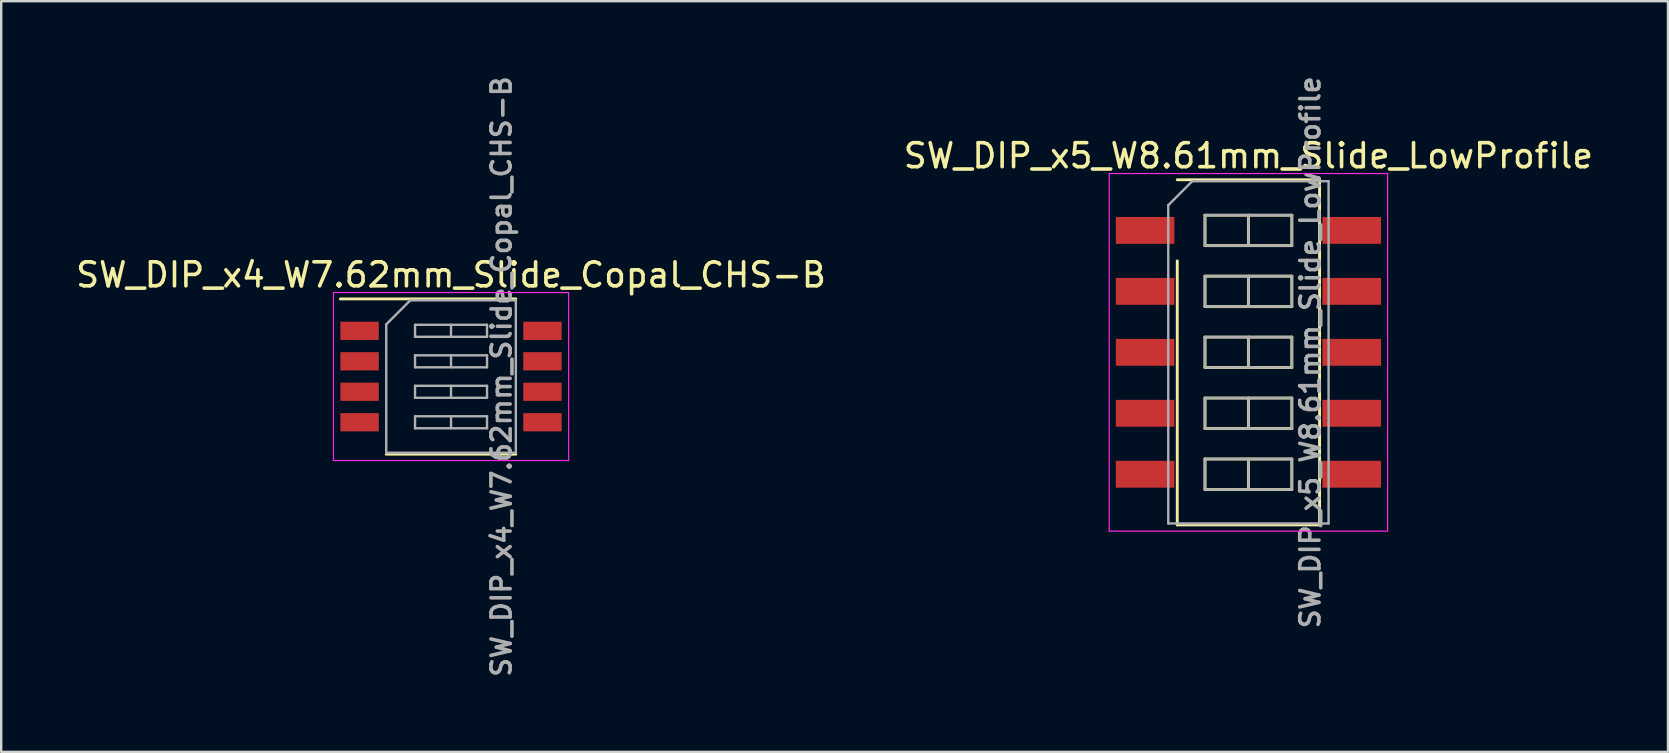
<source format=kicad_pcb>
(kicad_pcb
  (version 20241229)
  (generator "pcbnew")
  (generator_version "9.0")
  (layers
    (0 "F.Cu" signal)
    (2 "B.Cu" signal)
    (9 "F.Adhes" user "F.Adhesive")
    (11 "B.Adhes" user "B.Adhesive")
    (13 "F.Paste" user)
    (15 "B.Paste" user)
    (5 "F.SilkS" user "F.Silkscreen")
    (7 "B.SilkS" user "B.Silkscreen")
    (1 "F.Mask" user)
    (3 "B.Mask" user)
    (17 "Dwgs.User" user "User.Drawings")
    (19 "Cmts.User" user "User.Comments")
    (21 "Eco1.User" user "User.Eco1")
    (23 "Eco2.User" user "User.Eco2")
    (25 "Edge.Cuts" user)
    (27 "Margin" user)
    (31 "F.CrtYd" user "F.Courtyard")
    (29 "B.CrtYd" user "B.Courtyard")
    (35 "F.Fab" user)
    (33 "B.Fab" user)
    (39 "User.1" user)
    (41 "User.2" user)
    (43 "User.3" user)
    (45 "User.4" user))
  (footprint "SW_DIP_x5_W8.61mm_Slide_LowProfile"
    (layer "F.Cu")
    (at 48.97 11.631)
    (property "Reference" "SW_DIP_x5_W8.61mm_Slide_LowProfile" (at 0 -8.19 0) (layer "F.SilkS") (effects (font (size 1 1) (thickness 0.15))))
    (attr smd)
    (fp_line (start -2.965 -7.19) (end 2.965 -7.19) (stroke (width 0.12) (type solid)) (layer "F.SilkS"))
    (fp_line (start -2.965 7.19) (end -2.965 -3.81) (stroke (width 0.12) (type solid)) (layer "F.SilkS"))
    (fp_line (start -1.81 -5.715) (end -1.81 -4.445) (stroke (width 0.12) (type solid)) (layer "F.SilkS"))
    (fp_line (start -1.81 -4.445) (end 1.81 -4.445) (stroke (width 0.12) (type solid)) (layer "F.SilkS"))
    (fp_line (start -1.81 -3.175) (end -1.81 -1.905) (stroke (width 0.12) (type solid)) (layer "F.SilkS"))
    (fp_line (start -1.81 -1.905) (end 1.81 -1.905) (stroke (width 0.12) (type solid)) (layer "F.SilkS"))
    (fp_line (start -1.81 -0.635) (end -1.81 0.635) (stroke (width 0.12) (type solid)) (layer "F.SilkS"))
    (fp_line (start -1.81 0.635) (end 1.81 0.635) (stroke (width 0.12) (type solid)) (layer "F.SilkS"))
    (fp_line (start -1.81 1.905) (end -1.81 3.175) (stroke (width 0.12) (type solid)) (layer "F.SilkS"))
    (fp_line (start -1.81 3.175) (end 1.81 3.175) (stroke (width 0.12) (type solid)) (layer "F.SilkS"))
    (fp_line (start -1.81 4.445) (end -1.81 5.715) (stroke (width 0.12) (type solid)) (layer "F.SilkS"))
    (fp_line (start -1.81 5.715) (end 1.81 5.715) (stroke (width 0.12) (type solid)) (layer "F.SilkS"))
    (fp_line (start 0 -5.715) (end 0 -4.445) (stroke (width 0.12) (type solid)) (layer "F.SilkS"))
    (fp_line (start 0 -3.175) (end 0 -1.905) (stroke (width 0.12) (type solid)) (layer "F.SilkS"))
    (fp_line (start 0 -0.635) (end 0 0.635) (stroke (width 0.12) (type solid)) (layer "F.SilkS"))
    (fp_line (start 0 1.905) (end 0 3.175) (stroke (width 0.12) (type solid)) (layer "F.SilkS"))
    (fp_line (start 0 4.445) (end 0 5.715) (stroke (width 0.12) (type solid)) (layer "F.SilkS"))
    (fp_line (start 1.81 -5.715) (end -1.81 -5.715) (stroke (width 0.12) (type solid)) (layer "F.SilkS"))
    (fp_line (start 1.81 -4.445) (end 1.81 -5.715) (stroke (width 0.12) (type solid)) (layer "F.SilkS"))
    (fp_line (start 1.81 -3.175) (end -1.81 -3.175) (stroke (width 0.12) (type solid)) (layer "F.SilkS"))
    (fp_line (start 1.81 -1.905) (end 1.81 -3.175) (stroke (width 0.12) (type solid)) (layer "F.SilkS"))
    (fp_line (start 1.81 -0.635) (end -1.81 -0.635) (stroke (width 0.12) (type solid)) (layer "F.SilkS"))
    (fp_line (start 1.81 0.635) (end 1.81 -0.635) (stroke (width 0.12) (type solid)) (layer "F.SilkS"))
    (fp_line (start 1.81 1.905) (end -1.81 1.905) (stroke (width 0.12) (type solid)) (layer "F.SilkS"))
    (fp_line (start 1.81 3.175) (end 1.81 1.905) (stroke (width 0.12) (type solid)) (layer "F.SilkS"))
    (fp_line (start 1.81 4.445) (end -1.81 4.445) (stroke (width 0.12) (type solid)) (layer "F.SilkS"))
    (fp_line (start 1.81 5.715) (end 1.81 4.445) (stroke (width 0.12) (type solid)) (layer "F.SilkS"))
    (fp_line (start 2.965 -7.19) (end 2.965 7.19) (stroke (width 0.12) (type solid)) (layer "F.SilkS"))
    (fp_line (start 2.965 7.19) (end -2.965 7.19) (stroke (width 0.12) (type solid)) (layer "F.SilkS"))
    (fp_line (start -5.8 -7.45) (end -5.8 7.45) (stroke (width 0.05) (type solid)) (layer "F.CrtYd"))
    (fp_line (start -5.8 7.45) (end 5.8 7.45) (stroke (width 0.05) (type solid)) (layer "F.CrtYd"))
    (fp_line (start 5.8 -7.45) (end -5.8 -7.45) (stroke (width 0.05) (type solid)) (layer "F.CrtYd"))
    (fp_line (start 5.8 7.45) (end 5.8 -7.45) (stroke (width 0.05) (type solid)) (layer "F.CrtYd"))
    (fp_line (start -3.34 -6.13) (end -2.34 -7.13) (stroke (width 0.1) (type solid)) (layer "F.Fab"))
    (fp_line (start -3.34 7.13) (end -3.34 -6.13) (stroke (width 0.1) (type solid)) (layer "F.Fab"))
    (fp_line (start -2.34 -7.13) (end 3.34 -7.13) (stroke (width 0.1) (type solid)) (layer "F.Fab"))
    (fp_line (start -1.81 -5.715) (end -1.81 -4.445) (stroke (width 0.1) (type solid)) (layer "F.Fab"))
    (fp_line (start -1.81 -4.445) (end 1.81 -4.445) (stroke (width 0.1) (type solid)) (layer "F.Fab"))
    (fp_line (start -1.81 -3.175) (end -1.81 -1.905) (stroke (width 0.1) (type solid)) (layer "F.Fab"))
    (fp_line (start -1.81 -1.905) (end 1.81 -1.905) (stroke (width 0.1) (type solid)) (layer "F.Fab"))
    (fp_line (start -1.81 -0.635) (end -1.81 0.635) (stroke (width 0.1) (type solid)) (layer "F.Fab"))
    (fp_line (start -1.81 0.635) (end 1.81 0.635) (stroke (width 0.1) (type solid)) (layer "F.Fab"))
    (fp_line (start -1.81 1.905) (end -1.81 3.175) (stroke (width 0.1) (type solid)) (layer "F.Fab"))
    (fp_line (start -1.81 3.175) (end 1.81 3.175) (stroke (width 0.1) (type solid)) (layer "F.Fab"))
    (fp_line (start -1.81 4.445) (end -1.81 5.715) (stroke (width 0.1) (type solid)) (layer "F.Fab"))
    (fp_line (start -1.81 5.715) (end 1.81 5.715) (stroke (width 0.1) (type solid)) (layer "F.Fab"))
    (fp_line (start 0 -5.715) (end 0 -4.445) (stroke (width 0.1) (type solid)) (layer "F.Fab"))
    (fp_line (start 0 -3.175) (end 0 -1.905) (stroke (width 0.1) (type solid)) (layer "F.Fab"))
    (fp_line (start 0 -0.635) (end 0 0.635) (stroke (width 0.1) (type solid)) (layer "F.Fab"))
    (fp_line (start 0 1.905) (end 0 3.175) (stroke (width 0.1) (type solid)) (layer "F.Fab"))
    (fp_line (start 0 4.445) (end 0 5.715) (stroke (width 0.1) (type solid)) (layer "F.Fab"))
    (fp_line (start 1.81 -5.715) (end -1.81 -5.715) (stroke (width 0.1) (type solid)) (layer "F.Fab"))
    (fp_line (start 1.81 -4.445) (end 1.81 -5.715) (stroke (width 0.1) (type solid)) (layer "F.Fab"))
    (fp_line (start 1.81 -3.175) (end -1.81 -3.175) (stroke (width 0.1) (type solid)) (layer "F.Fab"))
    (fp_line (start 1.81 -1.905) (end 1.81 -3.175) (stroke (width 0.1) (type solid)) (layer "F.Fab"))
    (fp_line (start 1.81 -0.635) (end -1.81 -0.635) (stroke (width 0.1) (type solid)) (layer "F.Fab"))
    (fp_line (start 1.81 0.635) (end 1.81 -0.635) (stroke (width 0.1) (type solid)) (layer "F.Fab"))
    (fp_line (start 1.81 1.905) (end -1.81 1.905) (stroke (width 0.1) (type solid)) (layer "F.Fab"))
    (fp_line (start 1.81 3.175) (end 1.81 1.905) (stroke (width 0.1) (type solid)) (layer "F.Fab"))
    (fp_line (start 1.81 4.445) (end -1.81 4.445) (stroke (width 0.1) (type solid)) (layer "F.Fab"))
    (fp_line (start 1.81 5.715) (end 1.81 4.445) (stroke (width 0.1) (type solid)) (layer "F.Fab"))
    (fp_line (start 3.34 -7.13) (end 3.34 7.13) (stroke (width 0.1) (type solid)) (layer "F.Fab"))
    (fp_line (start 3.34 7.13) (end -3.34 7.13) (stroke (width 0.1) (type solid)) (layer "F.Fab"))
    (fp_text user "${REFERENCE}" (at 2.575 0 90) (layer "F.Fab") (effects (font (size 0.8 0.8) (thickness 0.15))))
    (pad "1" smd rect (at -4.305 -5.08) (size 2.44 1.12) (layers "F.Cu" "F.Mask" "F.Paste"))
    (pad "2" smd rect (at -4.305 -2.54) (size 2.44 1.12) (layers "F.Cu" "F.Mask" "F.Paste"))
    (pad "3" smd rect (at -4.305 0) (size 2.44 1.12) (layers "F.Cu" "F.Mask" "F.Paste"))
    (pad "4" smd rect (at -4.305 2.54) (size 2.44 1.12) (layers "F.Cu" "F.Mask" "F.Paste"))
    (pad "5" smd rect (at -4.305 5.08) (size 2.44 1.12) (layers "F.Cu" "F.Mask" "F.Paste"))
    (pad "6" smd rect (at 4.305 5.08) (size 2.44 1.12) (layers "F.Cu" "F.Mask" "F.Paste"))
    (pad "7" smd rect (at 4.305 2.54) (size 2.44 1.12) (layers "F.Cu" "F.Mask" "F.Paste"))
    (pad "8" smd rect (at 4.305 0) (size 2.44 1.12) (layers "F.Cu" "F.Mask" "F.Paste"))
    (pad "9" smd rect (at 4.305 -2.54) (size 2.44 1.12) (layers "F.Cu" "F.Mask" "F.Paste"))
    (pad "10" smd rect (at 4.305 -5.08) (size 2.44 1.12) (layers "F.Cu" "F.Mask" "F.Paste")))
  (footprint "SW_DIP_x4_W7.62mm_Slide_Copal_CHS-B"
    (layer "F.Cu")
    (at 15.744 12.64)
    (property "Reference" "SW_DIP_x4_W7.62mm_Slide_Copal_CHS-B" (at 0 -4.235 0) (layer "F.SilkS") (effects (font (size 1 1) (thickness 0.15))))
    (attr smd)
    (fp_line (start -4.61 -3.235) (end 2.7 -3.235) (stroke (width 0.12) (type solid)) (layer "F.SilkS"))
    (fp_line (start -2.7 3.235) (end 2.7 3.235) (stroke (width 0.12) (type solid)) (layer "F.SilkS"))
    (fp_line (start -4.9 -3.5) (end -4.9 3.5) (stroke (width 0.05) (type solid)) (layer "F.CrtYd"))
    (fp_line (start -4.9 3.5) (end 4.9 3.5) (stroke (width 0.05) (type solid)) (layer "F.CrtYd"))
    (fp_line (start 4.9 -3.5) (end -4.9 -3.5) (stroke (width 0.05) (type solid)) (layer "F.CrtYd"))
    (fp_line (start 4.9 3.5) (end 4.9 -3.5) (stroke (width 0.05) (type solid)) (layer "F.CrtYd"))
    (fp_line (start -2.7 -2.175) (end -1.7 -3.175) (stroke (width 0.1) (type solid)) (layer "F.Fab"))
    (fp_line (start -2.7 3.175) (end -2.7 -2.175) (stroke (width 0.1) (type solid)) (layer "F.Fab"))
    (fp_line (start -1.7 -3.175) (end 2.7 -3.175) (stroke (width 0.1) (type solid)) (layer "F.Fab"))
    (fp_line (start -1.5 -2.155) (end -1.5 -1.655) (stroke (width 0.1) (type solid)) (layer "F.Fab"))
    (fp_line (start -1.5 -1.655) (end 1.5 -1.655) (stroke (width 0.1) (type solid)) (layer "F.Fab"))
    (fp_line (start -1.5 -0.885) (end -1.5 -0.385) (stroke (width 0.1) (type solid)) (layer "F.Fab"))
    (fp_line (start -1.5 -0.385) (end 1.5 -0.385) (stroke (width 0.1) (type solid)) (layer "F.Fab"))
    (fp_line (start -1.5 0.385) (end -1.5 0.885) (stroke (width 0.1) (type solid)) (layer "F.Fab"))
    (fp_line (start -1.5 0.885) (end 1.5 0.885) (stroke (width 0.1) (type solid)) (layer "F.Fab"))
    (fp_line (start -1.5 1.655) (end -1.5 2.155) (stroke (width 0.1) (type solid)) (layer "F.Fab"))
    (fp_line (start -1.5 2.155) (end 1.5 2.155) (stroke (width 0.1) (type solid)) (layer "F.Fab"))
    (fp_line (start 0 -2.155) (end 0 -1.655) (stroke (width 0.1) (type solid)) (layer "F.Fab"))
    (fp_line (start 0 -0.885) (end 0 -0.385) (stroke (width 0.1) (type solid)) (layer "F.Fab"))
    (fp_line (start 0 0.385) (end 0 0.885) (stroke (width 0.1) (type solid)) (layer "F.Fab"))
    (fp_line (start 0 1.655) (end 0 2.155) (stroke (width 0.1) (type solid)) (layer "F.Fab"))
    (fp_line (start 1.5 -2.155) (end -1.5 -2.155) (stroke (width 0.1) (type solid)) (layer "F.Fab"))
    (fp_line (start 1.5 -1.655) (end 1.5 -2.155) (stroke (width 0.1) (type solid)) (layer "F.Fab"))
    (fp_line (start 1.5 -0.885) (end -1.5 -0.885) (stroke (width 0.1) (type solid)) (layer "F.Fab"))
    (fp_line (start 1.5 -0.385) (end 1.5 -0.885) (stroke (width 0.1) (type solid)) (layer "F.Fab"))
    (fp_line (start 1.5 0.385) (end -1.5 0.385) (stroke (width 0.1) (type solid)) (layer "F.Fab"))
    (fp_line (start 1.5 0.885) (end 1.5 0.385) (stroke (width 0.1) (type solid)) (layer "F.Fab"))
    (fp_line (start 1.5 1.655) (end -1.5 1.655) (stroke (width 0.1) (type solid)) (layer "F.Fab"))
    (fp_line (start 1.5 2.155) (end 1.5 1.655) (stroke (width 0.1) (type solid)) (layer "F.Fab"))
    (fp_line (start 2.7 -3.175) (end 2.7 3.175) (stroke (width 0.1) (type solid)) (layer "F.Fab"))
    (fp_line (start 2.7 3.175) (end -2.7 3.175) (stroke (width 0.1) (type solid)) (layer "F.Fab"))
    (fp_text user "${REFERENCE}" (at 2.1 0 90) (layer "F.Fab") (effects (font (size 0.8 0.8) (thickness 0.15))))
    (pad "1" smd rect (at -3.81 -1.905) (size 1.6 0.76) (layers "F.Cu" "F.Mask" "F.Paste"))
    (pad "2" smd rect (at -3.81 -0.635) (size 1.6 0.76) (layers "F.Cu" "F.Mask" "F.Paste"))
    (pad "3" smd rect (at -3.81 0.635) (size 1.6 0.76) (layers "F.Cu" "F.Mask" "F.Paste"))
    (pad "4" smd rect (at -3.81 1.905) (size 1.6 0.76) (layers "F.Cu" "F.Mask" "F.Paste"))
    (pad "5" smd rect (at 3.81 1.905) (size 1.6 0.76) (layers "F.Cu" "F.Mask" "F.Paste"))
    (pad "6" smd rect (at 3.81 0.635) (size 1.6 0.76) (layers "F.Cu" "F.Mask" "F.Paste"))
    (pad "7" smd rect (at 3.81 -0.635) (size 1.6 0.76) (layers "F.Cu" "F.Mask" "F.Paste"))
    (pad "8" smd rect (at 3.81 -1.905) (size 1.6 0.76) (layers "F.Cu" "F.Mask" "F.Paste")))
  (gr_rect
    (start -3 -3)
    (end 66.452 28.28)
    (stroke (width 0.1) (type default))
    (fill no)
    (layer "Edge.Cuts")))
</source>
